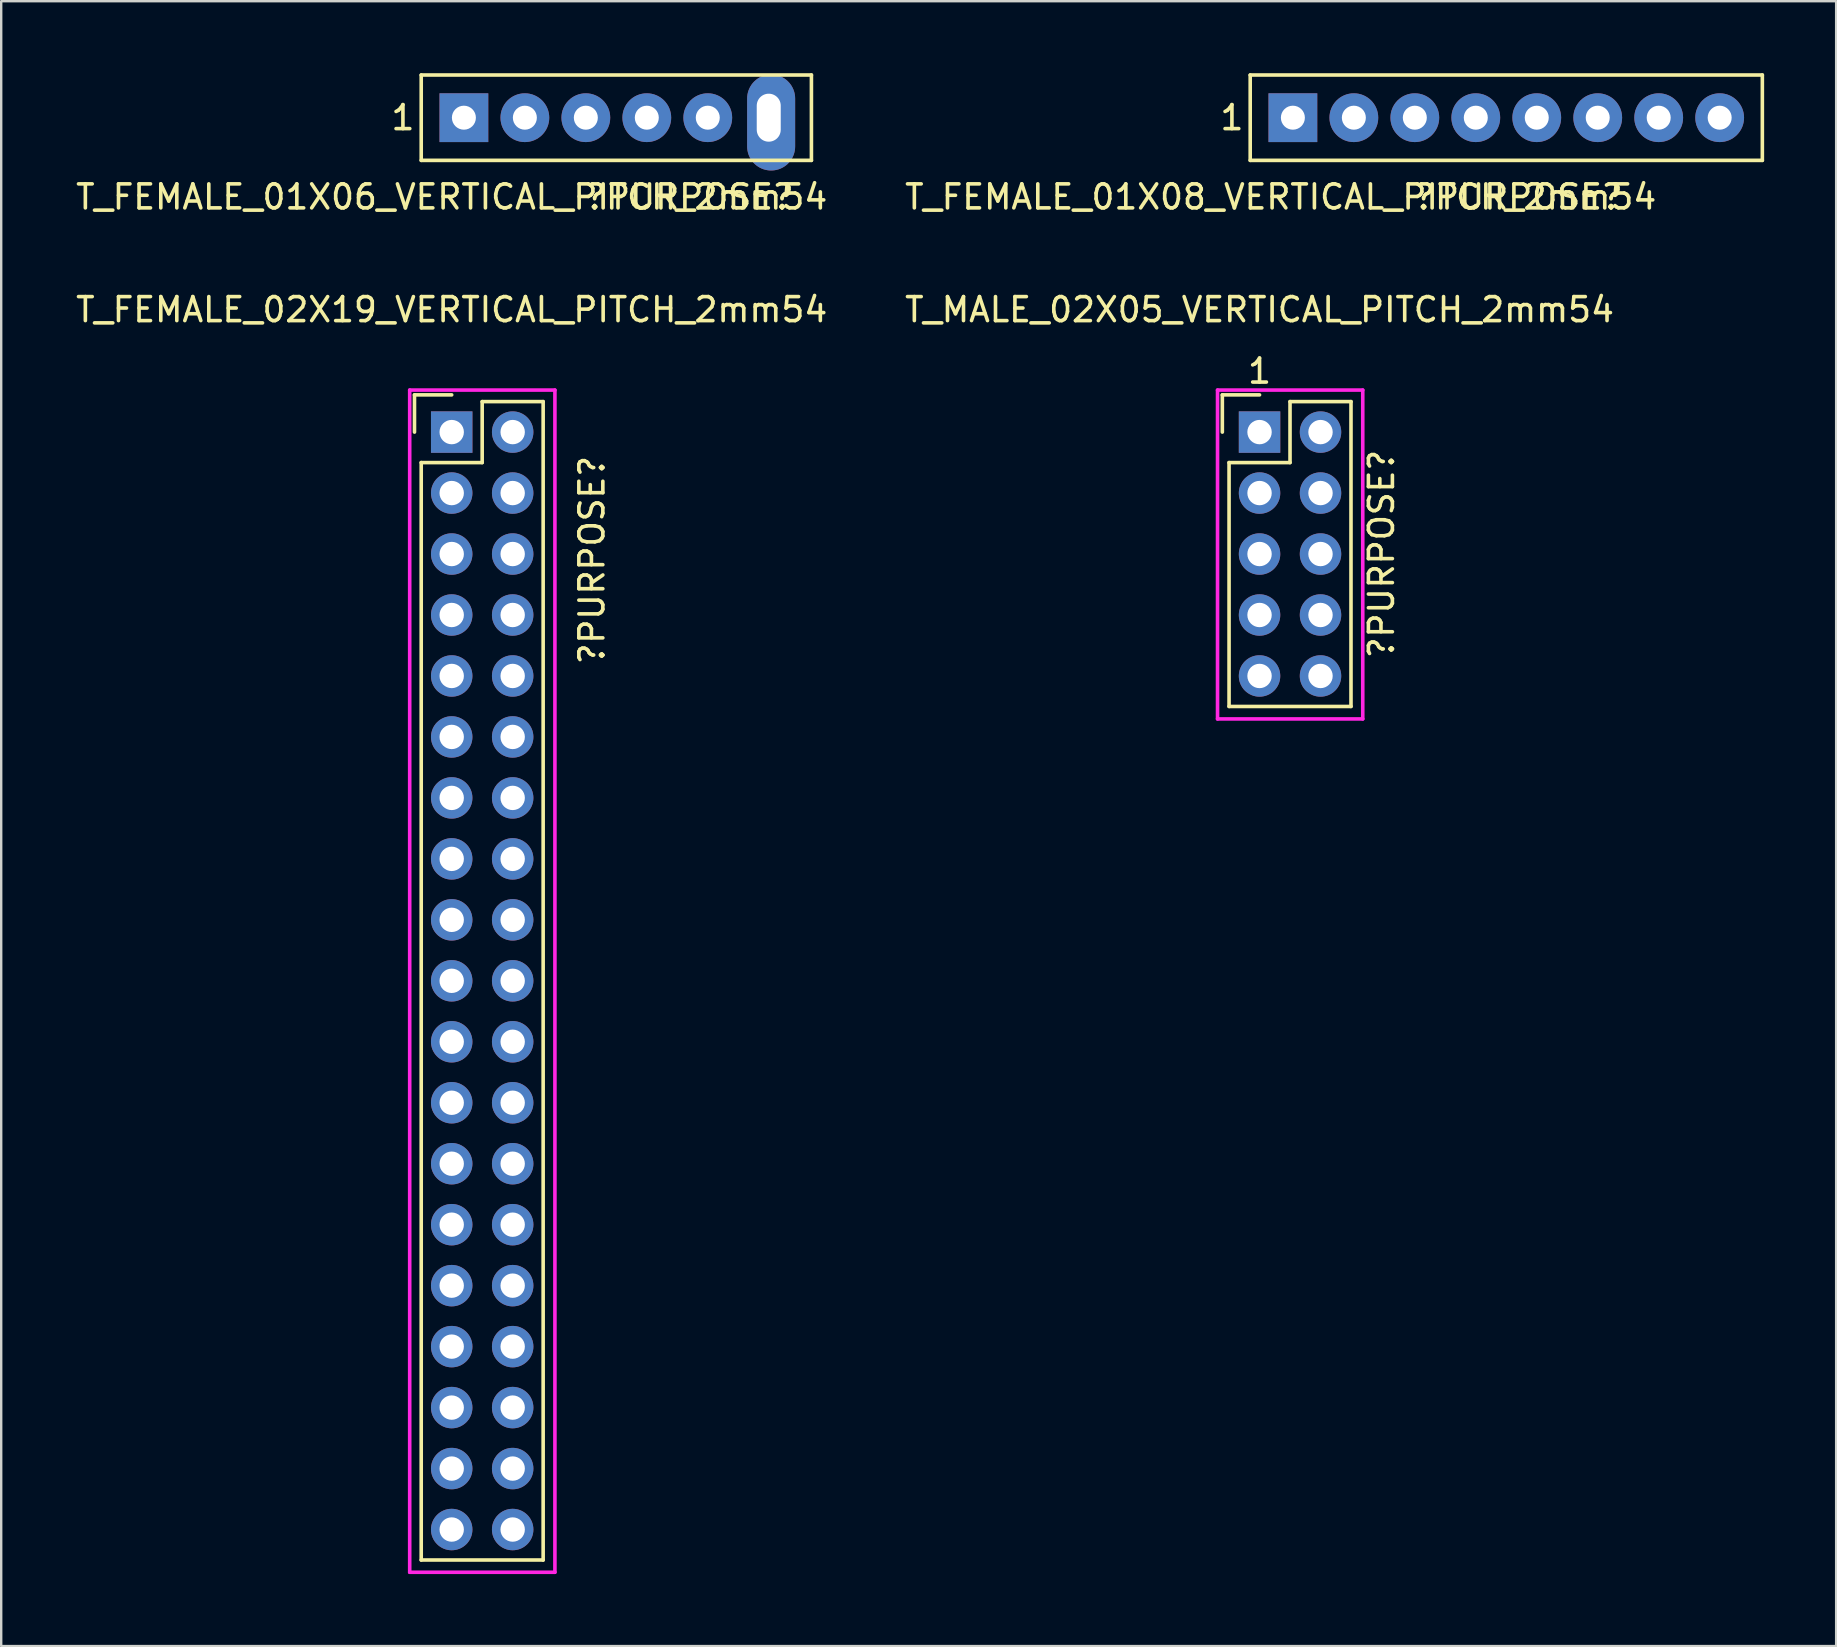
<source format=kicad_pcb>
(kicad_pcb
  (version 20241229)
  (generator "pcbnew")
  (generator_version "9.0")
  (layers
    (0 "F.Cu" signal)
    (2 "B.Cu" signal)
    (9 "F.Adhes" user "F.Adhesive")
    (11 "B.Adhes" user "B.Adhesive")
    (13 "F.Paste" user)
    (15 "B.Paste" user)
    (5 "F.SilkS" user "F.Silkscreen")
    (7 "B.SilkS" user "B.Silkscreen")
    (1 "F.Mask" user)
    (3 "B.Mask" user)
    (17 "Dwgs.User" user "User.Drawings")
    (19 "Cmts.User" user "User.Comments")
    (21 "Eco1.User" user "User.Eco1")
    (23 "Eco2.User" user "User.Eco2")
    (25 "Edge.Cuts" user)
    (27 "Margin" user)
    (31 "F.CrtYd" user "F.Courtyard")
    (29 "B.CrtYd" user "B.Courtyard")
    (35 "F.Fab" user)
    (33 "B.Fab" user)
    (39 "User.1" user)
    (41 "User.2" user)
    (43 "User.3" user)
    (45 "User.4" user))
  (footprint "T_FEMALE_01X06_VERTICAL_PITCH_2mm54"
    (layer "F.Cu")
    (at 16.276 1.853)
    (property "Reference" "T_FEMALE_01X06_VERTICAL_PITCH_2mm54" (at -0.508 3.302 0) (layer "F.SilkS") (effects (font (size 1 1) (thickness 0.15))))
    (attr through_hole)
    (fp_line (start -1.778 -1.778) (end 14.478 -1.778) (stroke (width 0.15) (type solid)) (layer "F.SilkS"))
    (fp_line (start -1.778 1.778) (end -1.778 -1.778) (stroke (width 0.15) (type solid)) (layer "F.SilkS"))
    (fp_line (start 14.478 -1.778) (end 14.478 1.778) (stroke (width 0.15) (type solid)) (layer "F.SilkS"))
    (fp_line (start 14.478 1.778) (end -1.778 1.778) (stroke (width 0.15) (type solid)) (layer "F.SilkS"))
    (fp_text user "?PURPOSE?" (at 9.398 3.302 0) (layer "F.SilkS") (effects (font (size 1 1) (thickness 0.15))))
    (fp_text user "1" (at -2.54 0 0) (layer "F.SilkS") (effects (font (size 1 1) (thickness 0.15))))
    (pad "1" thru_hole rect (at 0 0) (size 2.032 2.032) (drill 1) (layers "*.Cu" "*.Mask"))
    (pad "2" thru_hole oval (at 2.54 0) (size 2.032 2.032) (drill 1) (layers "*.Cu" "*.Mask"))
    (pad "3" thru_hole oval (at 5.08 0) (size 2.032 2.032) (drill 1) (layers "*.Cu" "*.Mask"))
    (pad "4" thru_hole oval (at 7.62 0) (size 2.032 2.032) (drill 1) (layers "*.Cu" "*.Mask"))
    (pad "5" thru_hole oval (at 10.16 0) (size 2.032 2.032) (drill 1) (layers "*.Cu" "*.Mask"))
    (pad "6" thru_hole oval (at 12.7 0) (size 2 4) (drill oval 1 2 (offset 0.1 0.2)) (layers "*.Cu" "*.Mask")))
  (footprint "T_FEMALE_01X08_VERTICAL_PITCH_2mm54"
    (layer "F.Cu")
    (at 50.812 1.853)
    (property "Reference" "T_FEMALE_01X08_VERTICAL_PITCH_2mm54" (at -0.508 3.302 0) (layer "F.SilkS") (effects (font (size 1 1) (thickness 0.15))))
    (attr through_hole)
    (fp_line (start -1.778 -1.778) (end 19.558 -1.778) (stroke (width 0.15) (type solid)) (layer "F.SilkS"))
    (fp_line (start -1.778 1.778) (end -1.778 -1.778) (stroke (width 0.15) (type solid)) (layer "F.SilkS"))
    (fp_line (start 19.558 -1.778) (end 19.558 1.778) (stroke (width 0.15) (type solid)) (layer "F.SilkS"))
    (fp_line (start 19.558 1.778) (end -1.778 1.778) (stroke (width 0.15) (type solid)) (layer "F.SilkS"))
    (fp_text user "?PURPOSE?" (at 9.398 3.302 0) (layer "F.SilkS") (effects (font (size 1 1) (thickness 0.15))))
    (fp_text user "1" (at -2.54 0 0) (layer "F.SilkS") (effects (font (size 1 1) (thickness 0.15))))
    (pad "1" thru_hole rect (at 0 0) (size 2.032 2.032) (drill 1) (layers "*.Cu" "*.Mask"))
    (pad "2" thru_hole oval (at 2.54 0) (size 2.032 2.032) (drill 1) (layers "*.Cu" "*.Mask"))
    (pad "3" thru_hole oval (at 5.08 0) (size 2.032 2.032) (drill 1) (layers "*.Cu" "*.Mask"))
    (pad "4" thru_hole oval (at 7.62 0) (size 2.032 2.032) (drill 1) (layers "*.Cu" "*.Mask"))
    (pad "5" thru_hole oval (at 10.16 0) (size 2.032 2.032) (drill 1) (layers "*.Cu" "*.Mask"))
    (pad "6" thru_hole oval (at 12.7 0) (size 2.032 2.032) (drill 1) (layers "*.Cu" "*.Mask"))
    (pad "7" thru_hole oval (at 15.24 0) (size 2.032 2.032) (drill 1) (layers "*.Cu" "*.Mask"))
    (pad "8" thru_hole oval (at 17.78 0) (size 2.032 2.032) (drill 1) (layers "*.Cu" "*.Mask")))
  (footprint "T_FEMALE_02X19_VERTICAL_PITCH_2mm54"
    (layer "F.Cu")
    (at 15.768 14.951)
    (property "Reference" "T_FEMALE_02X19_VERTICAL_PITCH_2mm54" (at 0 -5.1 0) (layer "F.SilkS") (effects (font (size 1 1) (thickness 0.15))))
    (attr through_hole)
    (fp_line (start -1.55 -1.55) (end -1.55 0) (stroke (width 0.15) (type solid)) (layer "F.SilkS"))
    (fp_line (start -1.27 46.99) (end -1.27 1.27) (stroke (width 0.15) (type solid)) (layer "F.SilkS"))
    (fp_line (start 0 -1.55) (end -1.55 -1.55) (stroke (width 0.15) (type solid)) (layer "F.SilkS"))
    (fp_line (start 1.27 -1.27) (end 1.27 1.27) (stroke (width 0.15) (type solid)) (layer "F.SilkS"))
    (fp_line (start 1.27 1.27) (end -1.27 1.27) (stroke (width 0.15) (type solid)) (layer "F.SilkS"))
    (fp_line (start 3.81 -1.27) (end 1.27 -1.27) (stroke (width 0.15) (type solid)) (layer "F.SilkS"))
    (fp_line (start 3.81 -1.27) (end 3.81 46.99) (stroke (width 0.15) (type solid)) (layer "F.SilkS"))
    (fp_line (start 3.81 46.99) (end -1.27 46.99) (stroke (width 0.15) (type solid)) (layer "F.SilkS"))
    (fp_line (start -1.75 -1.75) (end -1.75 47.5) (stroke (width 0.15) (type solid)) (layer "F.CrtYd"))
    (fp_line (start -1.75 -1.75) (end 4.3 -1.75) (stroke (width 0.15) (type solid)) (layer "F.CrtYd"))
    (fp_line (start -1.75 47.5) (end 4.3 47.5) (stroke (width 0.15) (type solid)) (layer "F.CrtYd"))
    (fp_line (start 4.3 -1.75) (end 4.3 47.5) (stroke (width 0.15) (type solid)) (layer "F.CrtYd"))
    (fp_text user "?PURPOSE?" (at 5.842 5.334 90) (layer "F.SilkS") (effects (font (size 1 1) (thickness 0.15))))
    (pad "1" thru_hole rect (at 0 0) (size 1.727 1.727) (drill 1.016) (layers "*.Cu" "*.Mask"))
    (pad "2" thru_hole oval (at 2.54 0) (size 1.727 1.727) (drill 1.016) (layers "*.Cu" "*.Mask"))
    (pad "3" thru_hole oval (at 0 2.54) (size 1.727 1.727) (drill 1.016) (layers "*.Cu" "*.Mask"))
    (pad "4" thru_hole oval (at 2.54 2.54) (size 1.727 1.727) (drill 1.016) (layers "*.Cu" "*.Mask"))
    (pad "5" thru_hole oval (at 0 5.08) (size 1.727 1.727) (drill 1.016) (layers "*.Cu" "*.Mask"))
    (pad "6" thru_hole oval (at 2.54 5.08) (size 1.727 1.727) (drill 1.016) (layers "*.Cu" "*.Mask"))
    (pad "7" thru_hole oval (at 0 7.62) (size 1.727 1.727) (drill 1.016) (layers "*.Cu" "*.Mask"))
    (pad "8" thru_hole oval (at 2.54 7.62) (size 1.727 1.727) (drill 1.016) (layers "*.Cu" "*.Mask"))
    (pad "9" thru_hole oval (at 0 10.16) (size 1.727 1.727) (drill 1.016) (layers "*.Cu" "*.Mask"))
    (pad "10" thru_hole oval (at 2.54 10.16) (size 1.727 1.727) (drill 1.016) (layers "*.Cu" "*.Mask"))
    (pad "11" thru_hole oval (at 0 12.7) (size 1.727 1.727) (drill 1.016) (layers "*.Cu" "*.Mask"))
    (pad "12" thru_hole oval (at 2.54 12.7) (size 1.727 1.727) (drill 1.016) (layers "*.Cu" "*.Mask"))
    (pad "13" thru_hole oval (at 0 15.24) (size 1.727 1.727) (drill 1.016) (layers "*.Cu" "*.Mask"))
    (pad "14" thru_hole oval (at 2.54 15.24) (size 1.727 1.727) (drill 1.016) (layers "*.Cu" "*.Mask"))
    (pad "15" thru_hole oval (at 0 17.78) (size 1.727 1.727) (drill 1.016) (layers "*.Cu" "*.Mask"))
    (pad "16" thru_hole oval (at 2.54 17.78) (size 1.727 1.727) (drill 1.016) (layers "*.Cu" "*.Mask"))
    (pad "17" thru_hole oval (at 0 20.32) (size 1.727 1.727) (drill 1.016) (layers "*.Cu" "*.Mask"))
    (pad "18" thru_hole oval (at 2.54 20.32) (size 1.727 1.727) (drill 1.016) (layers "*.Cu" "*.Mask"))
    (pad "19" thru_hole oval (at 0 22.86) (size 1.727 1.727) (drill 1.016) (layers "*.Cu" "*.Mask"))
    (pad "20" thru_hole oval (at 2.54 22.86) (size 1.727 1.727) (drill 1.016) (layers "*.Cu" "*.Mask"))
    (pad "21" thru_hole oval (at 0 25.4) (size 1.727 1.727) (drill 1.016) (layers "*.Cu" "*.Mask"))
    (pad "22" thru_hole oval (at 2.54 25.4) (size 1.727 1.727) (drill 1.016) (layers "*.Cu" "*.Mask"))
    (pad "23" thru_hole oval (at 0 27.94) (size 1.727 1.727) (drill 1.016) (layers "*.Cu" "*.Mask"))
    (pad "24" thru_hole oval (at 2.54 27.94) (size 1.727 1.727) (drill 1.016) (layers "*.Cu" "*.Mask"))
    (pad "25" thru_hole oval (at 0 30.48) (size 1.727 1.727) (drill 1.016) (layers "*.Cu" "*.Mask"))
    (pad "26" thru_hole oval (at 2.54 30.48) (size 1.727 1.727) (drill 1.016) (layers "*.Cu" "*.Mask"))
    (pad "27" thru_hole oval (at 0 33.02) (size 1.727 1.727) (drill 1.016) (layers "*.Cu" "*.Mask"))
    (pad "28" thru_hole oval (at 2.54 33.02) (size 1.727 1.727) (drill 1.016) (layers "*.Cu" "*.Mask"))
    (pad "29" thru_hole oval (at 0 35.56) (size 1.727 1.727) (drill 1.016) (layers "*.Cu" "*.Mask"))
    (pad "30" thru_hole oval (at 2.54 35.56) (size 1.727 1.727) (drill 1.016) (layers "*.Cu" "*.Mask"))
    (pad "31" thru_hole oval (at 0 38.1) (size 1.727 1.727) (drill 1.016) (layers "*.Cu" "*.Mask"))
    (pad "32" thru_hole oval (at 2.54 38.1) (size 1.727 1.727) (drill 1.016) (layers "*.Cu" "*.Mask"))
    (pad "33" thru_hole oval (at 0 40.64) (size 1.727 1.727) (drill 1.016) (layers "*.Cu" "*.Mask"))
    (pad "34" thru_hole oval (at 2.54 40.64) (size 1.727 1.727) (drill 1.016) (layers "*.Cu" "*.Mask"))
    (pad "35" thru_hole oval (at 0 43.18) (size 1.727 1.727) (drill 1.016) (layers "*.Cu" "*.Mask"))
    (pad "36" thru_hole oval (at 2.54 43.18) (size 1.727 1.727) (drill 1.016) (layers "*.Cu" "*.Mask"))
    (pad "37" thru_hole oval (at 0 45.72) (size 1.727 1.727) (drill 1.016) (layers "*.Cu" "*.Mask"))
    (pad "38" thru_hole oval (at 2.54 45.72) (size 1.727 1.727) (drill 1.016) (layers "*.Cu" "*.Mask")))
  (footprint "T_MALE_02X05_VERTICAL_PITCH_2mm54"
    (layer "F.Cu")
    (at 49.423 14.951)
    (property "Reference" "T_MALE_02X05_VERTICAL_PITCH_2mm54" (at 0 -5.1 0) (layer "F.SilkS") (effects (font (size 1 1) (thickness 0.15))))
    (attr through_hole)
    (fp_line (start -1.55 -1.55) (end -1.55 0) (stroke (width 0.15) (type solid)) (layer "F.SilkS"))
    (fp_line (start -1.27 11.43) (end -1.27 1.27) (stroke (width 0.15) (type solid)) (layer "F.SilkS"))
    (fp_line (start 0 -1.55) (end -1.55 -1.55) (stroke (width 0.15) (type solid)) (layer "F.SilkS"))
    (fp_line (start 1.27 -1.27) (end 1.27 1.27) (stroke (width 0.15) (type solid)) (layer "F.SilkS"))
    (fp_line (start 1.27 1.27) (end -1.27 1.27) (stroke (width 0.15) (type solid)) (layer "F.SilkS"))
    (fp_line (start 3.81 -1.27) (end 1.27 -1.27) (stroke (width 0.15) (type solid)) (layer "F.SilkS"))
    (fp_line (start 3.81 -1.27) (end 3.81 11.43) (stroke (width 0.15) (type solid)) (layer "F.SilkS"))
    (fp_line (start 3.81 11.43) (end -1.27 11.43) (stroke (width 0.15) (type solid)) (layer "F.SilkS"))
    (fp_line (start -1.75 -1.75) (end -1.75 11.95) (stroke (width 0.15) (type solid)) (layer "F.CrtYd"))
    (fp_line (start -1.75 -1.75) (end 4.3 -1.75) (stroke (width 0.15) (type solid)) (layer "F.CrtYd"))
    (fp_line (start -1.75 11.95) (end 4.3 11.95) (stroke (width 0.15) (type solid)) (layer "F.CrtYd"))
    (fp_line (start 4.3 -1.75) (end 4.3 11.95) (stroke (width 0.15) (type solid)) (layer "F.CrtYd"))
    (fp_text user "1" (at 0 -2.54 0) (layer "F.SilkS") (effects (font (size 1 1) (thickness 0.15))))
    (fp_text user "?PURPOSE?" (at 5.08 5.08 90) (layer "F.SilkS") (effects (font (size 1 1) (thickness 0.15))))
    (pad "1" thru_hole rect (at 0 0) (size 1.727 1.727) (drill 1.016) (layers "*.Cu" "*.Mask"))
    (pad "2" thru_hole oval (at 2.54 0) (size 1.727 1.727) (drill 1.016) (layers "*.Cu" "*.Mask"))
    (pad "3" thru_hole oval (at 0 2.54) (size 1.727 1.727) (drill 1.016) (layers "*.Cu" "*.Mask"))
    (pad "4" thru_hole oval (at 2.54 2.54) (size 1.727 1.727) (drill 1.016) (layers "*.Cu" "*.Mask"))
    (pad "5" thru_hole oval (at 0 5.08) (size 1.727 1.727) (drill 1.016) (layers "*.Cu" "*.Mask"))
    (pad "6" thru_hole oval (at 2.54 5.08) (size 1.727 1.727) (drill 1.016) (layers "*.Cu" "*.Mask"))
    (pad "7" thru_hole oval (at 0 7.62) (size 1.727 1.727) (drill 1.016) (layers "*.Cu" "*.Mask"))
    (pad "8" thru_hole oval (at 2.54 7.62) (size 1.727 1.727) (drill 1.016) (layers "*.Cu" "*.Mask"))
    (pad "9" thru_hole oval (at 0 10.16) (size 1.727 1.727) (drill 1.016) (layers "*.Cu" "*.Mask"))
    (pad "10" thru_hole oval (at 2.54 10.16) (size 1.727 1.727) (drill 1.016) (layers "*.Cu" "*.Mask")))
  (gr_rect
    (start -3 -3)
    (end 73.445 65.526)
    (stroke (width 0.1) (type default))
    (fill no)
    (layer "Edge.Cuts")))
</source>
